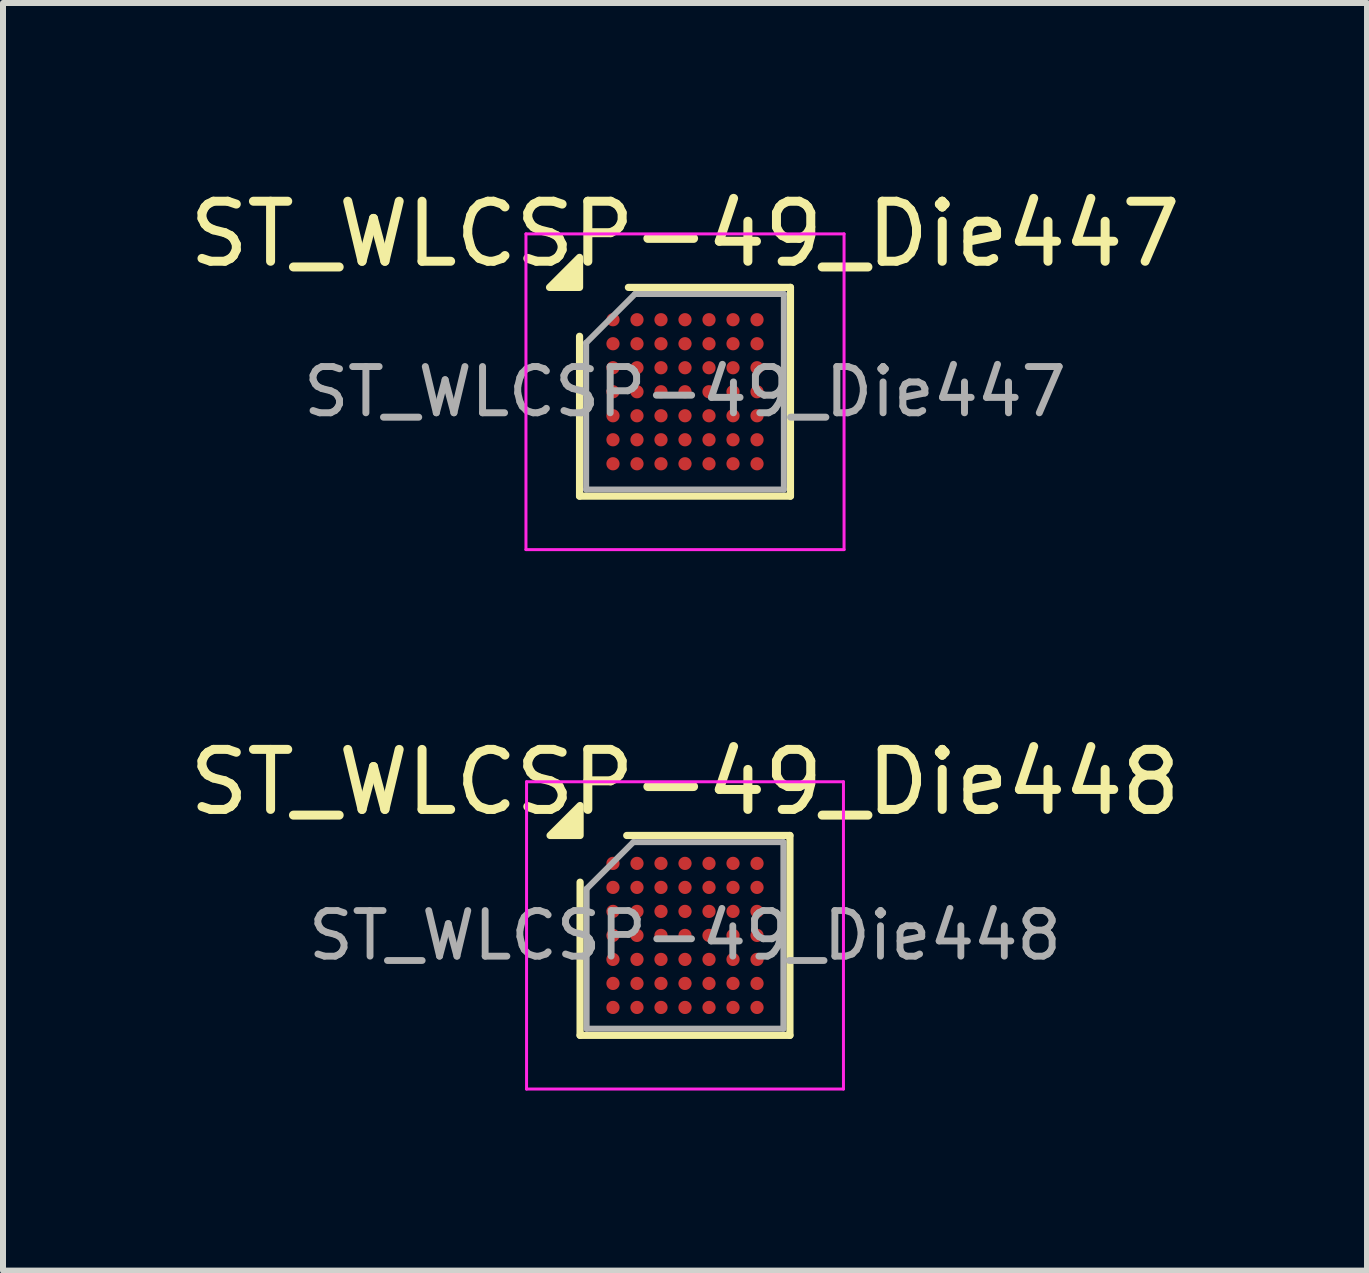
<source format=kicad_pcb>
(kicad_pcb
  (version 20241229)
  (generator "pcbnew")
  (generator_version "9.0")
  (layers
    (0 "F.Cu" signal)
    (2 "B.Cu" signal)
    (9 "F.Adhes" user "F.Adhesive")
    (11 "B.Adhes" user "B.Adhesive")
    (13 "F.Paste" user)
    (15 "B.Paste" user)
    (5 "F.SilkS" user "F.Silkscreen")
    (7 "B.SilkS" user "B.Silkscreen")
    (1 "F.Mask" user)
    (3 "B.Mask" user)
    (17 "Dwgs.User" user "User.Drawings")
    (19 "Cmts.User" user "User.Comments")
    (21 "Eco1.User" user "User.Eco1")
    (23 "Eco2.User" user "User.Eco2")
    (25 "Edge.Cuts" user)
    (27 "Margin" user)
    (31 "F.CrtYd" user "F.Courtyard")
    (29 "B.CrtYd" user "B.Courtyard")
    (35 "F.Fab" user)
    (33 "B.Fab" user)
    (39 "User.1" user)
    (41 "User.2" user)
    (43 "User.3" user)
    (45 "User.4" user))
  (footprint "ST_WLCSP-49_Die447"
    (layer "F.Cu")
    (at 8.363 3.477)
    (property "Reference" "ST_WLCSP-49_Die447" (at 0 -2.629 0) (layer "F.SilkS") (effects (font (size 1 1) (thickness 0.15))))
    (attr smd)
    (fp_line (start -1.757 1.739) (end -1.757 -0.924) (stroke (width 0.12) (type solid)) (layer "F.SilkS"))
    (fp_line (start -0.943 -1.739) (end 1.757 -1.739) (stroke (width 0.12) (type solid)) (layer "F.SilkS"))
    (fp_line (start 1.757 -1.739) (end 1.757 1.739) (stroke (width 0.12) (type solid)) (layer "F.SilkS"))
    (fp_line (start 1.757 1.739) (end -1.757 1.739) (stroke (width 0.12) (type solid)) (layer "F.SilkS"))
    (fp_poly (pts (xy -1.757 -1.739) (xy -2.257 -1.739) (xy -1.757 -2.239) (xy -1.757 -1.739)) (stroke (width 0.12) (type solid)) (fill yes) (layer "F.SilkS"))
    (fp_line (start -2.65 -2.63) (end -2.65 2.63) (stroke (width 0.05) (type solid)) (layer "F.CrtYd"))
    (fp_line (start -2.65 2.63) (end 2.65 2.63) (stroke (width 0.05) (type solid)) (layer "F.CrtYd"))
    (fp_line (start 2.65 -2.63) (end -2.65 -2.63) (stroke (width 0.05) (type solid)) (layer "F.CrtYd"))
    (fp_line (start 2.65 2.63) (end 2.65 -2.63) (stroke (width 0.05) (type solid)) (layer "F.CrtYd"))
    (fp_line (start -1.647 -0.815) (end -0.833 -1.629) (stroke (width 0.1) (type solid)) (layer "F.Fab"))
    (fp_line (start -1.647 1.629) (end -1.647 -0.815) (stroke (width 0.1) (type solid)) (layer "F.Fab"))
    (fp_line (start -0.833 -1.629) (end 1.647 -1.629) (stroke (width 0.1) (type solid)) (layer "F.Fab"))
    (fp_line (start 1.647 -1.629) (end 1.647 1.629) (stroke (width 0.1) (type solid)) (layer "F.Fab"))
    (fp_line (start 1.647 1.629) (end -1.647 1.629) (stroke (width 0.1) (type solid)) (layer "F.Fab"))
    (fp_text user "${REFERENCE}" (at 0 0 0) (layer "F.Fab") (effects (font (size 0.77 0.77) (thickness 0.116))))
    (pad "A1" smd circle (at -1.2 -1.2) (size 0.22 0.22) (property pad_prop_bga) (layers "F.Cu" "F.Mask" "F.Paste"))
    (pad "A2" smd circle (at -0.8 -1.2) (size 0.22 0.22) (property pad_prop_bga) (layers "F.Cu" "F.Mask" "F.Paste"))
    (pad "A3" smd circle (at -0.4 -1.2) (size 0.22 0.22) (property pad_prop_bga) (layers "F.Cu" "F.Mask" "F.Paste"))
    (pad "A4" smd circle (at 0 -1.2) (size 0.22 0.22) (property pad_prop_bga) (layers "F.Cu" "F.Mask" "F.Paste"))
    (pad "A5" smd circle (at 0.4 -1.2) (size 0.22 0.22) (property pad_prop_bga) (layers "F.Cu" "F.Mask" "F.Paste"))
    (pad "A6" smd circle (at 0.8 -1.2) (size 0.22 0.22) (property pad_prop_bga) (layers "F.Cu" "F.Mask" "F.Paste"))
    (pad "A7" smd circle (at 1.2 -1.2) (size 0.22 0.22) (property pad_prop_bga) (layers "F.Cu" "F.Mask" "F.Paste"))
    (pad "B1" smd circle (at -1.2 -0.8) (size 0.22 0.22) (property pad_prop_bga) (layers "F.Cu" "F.Mask" "F.Paste"))
    (pad "B2" smd circle (at -0.8 -0.8) (size 0.22 0.22) (property pad_prop_bga) (layers "F.Cu" "F.Mask" "F.Paste"))
    (pad "B3" smd circle (at -0.4 -0.8) (size 0.22 0.22) (property pad_prop_bga) (layers "F.Cu" "F.Mask" "F.Paste"))
    (pad "B4" smd circle (at 0 -0.8) (size 0.22 0.22) (property pad_prop_bga) (layers "F.Cu" "F.Mask" "F.Paste"))
    (pad "B5" smd circle (at 0.4 -0.8) (size 0.22 0.22) (property pad_prop_bga) (layers "F.Cu" "F.Mask" "F.Paste"))
    (pad "B6" smd circle (at 0.8 -0.8) (size 0.22 0.22) (property pad_prop_bga) (layers "F.Cu" "F.Mask" "F.Paste"))
    (pad "B7" smd circle (at 1.2 -0.8) (size 0.22 0.22) (property pad_prop_bga) (layers "F.Cu" "F.Mask" "F.Paste"))
    (pad "C1" smd circle (at -1.2 -0.4) (size 0.22 0.22) (property pad_prop_bga) (layers "F.Cu" "F.Mask" "F.Paste"))
    (pad "C2" smd circle (at -0.8 -0.4) (size 0.22 0.22) (property pad_prop_bga) (layers "F.Cu" "F.Mask" "F.Paste"))
    (pad "C3" smd circle (at -0.4 -0.4) (size 0.22 0.22) (property pad_prop_bga) (layers "F.Cu" "F.Mask" "F.Paste"))
    (pad "C4" smd circle (at 0 -0.4) (size 0.22 0.22) (property pad_prop_bga) (layers "F.Cu" "F.Mask" "F.Paste"))
    (pad "C5" smd circle (at 0.4 -0.4) (size 0.22 0.22) (property pad_prop_bga) (layers "F.Cu" "F.Mask" "F.Paste"))
    (pad "C6" smd circle (at 0.8 -0.4) (size 0.22 0.22) (property pad_prop_bga) (layers "F.Cu" "F.Mask" "F.Paste"))
    (pad "C7" smd circle (at 1.2 -0.4) (size 0.22 0.22) (property pad_prop_bga) (layers "F.Cu" "F.Mask" "F.Paste"))
    (pad "D1" smd circle (at -1.2 0) (size 0.22 0.22) (property pad_prop_bga) (layers "F.Cu" "F.Mask" "F.Paste"))
    (pad "D2" smd circle (at -0.8 0) (size 0.22 0.22) (property pad_prop_bga) (layers "F.Cu" "F.Mask" "F.Paste"))
    (pad "D3" smd circle (at -0.4 0) (size 0.22 0.22) (property pad_prop_bga) (layers "F.Cu" "F.Mask" "F.Paste"))
    (pad "D4" smd circle (at 0 0) (size 0.22 0.22) (property pad_prop_bga) (layers "F.Cu" "F.Mask" "F.Paste"))
    (pad "D5" smd circle (at 0.4 0) (size 0.22 0.22) (property pad_prop_bga) (layers "F.Cu" "F.Mask" "F.Paste"))
    (pad "D6" smd circle (at 0.8 0) (size 0.22 0.22) (property pad_prop_bga) (layers "F.Cu" "F.Mask" "F.Paste"))
    (pad "D7" smd circle (at 1.2 0) (size 0.22 0.22) (property pad_prop_bga) (layers "F.Cu" "F.Mask" "F.Paste"))
    (pad "E1" smd circle (at -1.2 0.4) (size 0.22 0.22) (property pad_prop_bga) (layers "F.Cu" "F.Mask" "F.Paste"))
    (pad "E2" smd circle (at -0.8 0.4) (size 0.22 0.22) (property pad_prop_bga) (layers "F.Cu" "F.Mask" "F.Paste"))
    (pad "E3" smd circle (at -0.4 0.4) (size 0.22 0.22) (property pad_prop_bga) (layers "F.Cu" "F.Mask" "F.Paste"))
    (pad "E4" smd circle (at 0 0.4) (size 0.22 0.22) (property pad_prop_bga) (layers "F.Cu" "F.Mask" "F.Paste"))
    (pad "E5" smd circle (at 0.4 0.4) (size 0.22 0.22) (property pad_prop_bga) (layers "F.Cu" "F.Mask" "F.Paste"))
    (pad "E6" smd circle (at 0.8 0.4) (size 0.22 0.22) (property pad_prop_bga) (layers "F.Cu" "F.Mask" "F.Paste"))
    (pad "E7" smd circle (at 1.2 0.4) (size 0.22 0.22) (property pad_prop_bga) (layers "F.Cu" "F.Mask" "F.Paste"))
    (pad "F1" smd circle (at -1.2 0.8) (size 0.22 0.22) (property pad_prop_bga) (layers "F.Cu" "F.Mask" "F.Paste"))
    (pad "F2" smd circle (at -0.8 0.8) (size 0.22 0.22) (property pad_prop_bga) (layers "F.Cu" "F.Mask" "F.Paste"))
    (pad "F3" smd circle (at -0.4 0.8) (size 0.22 0.22) (property pad_prop_bga) (layers "F.Cu" "F.Mask" "F.Paste"))
    (pad "F4" smd circle (at 0 0.8) (size 0.22 0.22) (property pad_prop_bga) (layers "F.Cu" "F.Mask" "F.Paste"))
    (pad "F5" smd circle (at 0.4 0.8) (size 0.22 0.22) (property pad_prop_bga) (layers "F.Cu" "F.Mask" "F.Paste"))
    (pad "F6" smd circle (at 0.8 0.8) (size 0.22 0.22) (property pad_prop_bga) (layers "F.Cu" "F.Mask" "F.Paste"))
    (pad "F7" smd circle (at 1.2 0.8) (size 0.22 0.22) (property pad_prop_bga) (layers "F.Cu" "F.Mask" "F.Paste"))
    (pad "G1" smd circle (at -1.2 1.2) (size 0.22 0.22) (property pad_prop_bga) (layers "F.Cu" "F.Mask" "F.Paste"))
    (pad "G2" smd circle (at -0.8 1.2) (size 0.22 0.22) (property pad_prop_bga) (layers "F.Cu" "F.Mask" "F.Paste"))
    (pad "G3" smd circle (at -0.4 1.2) (size 0.22 0.22) (property pad_prop_bga) (layers "F.Cu" "F.Mask" "F.Paste"))
    (pad "G4" smd circle (at 0 1.2) (size 0.22 0.22) (property pad_prop_bga) (layers "F.Cu" "F.Mask" "F.Paste"))
    (pad "G5" smd circle (at 0.4 1.2) (size 0.22 0.22) (property pad_prop_bga) (layers "F.Cu" "F.Mask" "F.Paste"))
    (pad "G6" smd circle (at 0.8 1.2) (size 0.22 0.22) (property pad_prop_bga) (layers "F.Cu" "F.Mask" "F.Paste"))
    (pad "G7" smd circle (at 1.2 1.2) (size 0.22 0.22) (property pad_prop_bga) (layers "F.Cu" "F.Mask" "F.Paste")))
  (footprint "ST_WLCSP-49_Die448"
    (layer "F.Cu")
    (at 8.363 12.535)
    (property "Reference" "ST_WLCSP-49_Die448" (at 0 -2.554 0) (layer "F.SilkS") (effects (font (size 1 1) (thickness 0.15))))
    (attr smd)
    (fp_line (start -1.748 1.665) (end -1.748 -0.887) (stroke (width 0.12) (type solid)) (layer "F.SilkS"))
    (fp_line (start -0.971 -1.665) (end 1.748 -1.665) (stroke (width 0.12) (type solid)) (layer "F.SilkS"))
    (fp_line (start 1.748 -1.665) (end 1.748 1.665) (stroke (width 0.12) (type solid)) (layer "F.SilkS"))
    (fp_line (start 1.748 1.665) (end -1.748 1.665) (stroke (width 0.12) (type solid)) (layer "F.SilkS"))
    (fp_poly (pts (xy -1.748 -1.665) (xy -2.248 -1.665) (xy -1.748 -2.164) (xy -1.748 -1.665)) (stroke (width 0.12) (type solid)) (fill yes) (layer "F.SilkS"))
    (fp_line (start -2.64 -2.56) (end -2.64 2.56) (stroke (width 0.05) (type solid)) (layer "F.CrtYd"))
    (fp_line (start -2.64 2.56) (end 2.64 2.56) (stroke (width 0.05) (type solid)) (layer "F.CrtYd"))
    (fp_line (start 2.64 -2.56) (end -2.64 -2.56) (stroke (width 0.05) (type solid)) (layer "F.CrtYd"))
    (fp_line (start 2.64 2.56) (end 2.64 -2.56) (stroke (width 0.05) (type solid)) (layer "F.CrtYd"))
    (fp_line (start -1.639 -0.777) (end -0.861 -1.554) (stroke (width 0.1) (type solid)) (layer "F.Fab"))
    (fp_line (start -1.639 1.554) (end -1.639 -0.777) (stroke (width 0.1) (type solid)) (layer "F.Fab"))
    (fp_line (start -0.861 -1.554) (end 1.639 -1.554) (stroke (width 0.1) (type solid)) (layer "F.Fab"))
    (fp_line (start 1.639 -1.554) (end 1.639 1.554) (stroke (width 0.1) (type solid)) (layer "F.Fab"))
    (fp_line (start 1.639 1.554) (end -1.639 1.554) (stroke (width 0.1) (type solid)) (layer "F.Fab"))
    (fp_text user "${REFERENCE}" (at 0 0 0) (layer "F.Fab") (effects (font (size 0.76 0.76) (thickness 0.114))))
    (pad "A1" smd circle (at -1.2 -1.2) (size 0.22 0.22) (property pad_prop_bga) (layers "F.Cu" "F.Mask" "F.Paste"))
    (pad "A2" smd circle (at -0.8 -1.2) (size 0.22 0.22) (property pad_prop_bga) (layers "F.Cu" "F.Mask" "F.Paste"))
    (pad "A3" smd circle (at -0.4 -1.2) (size 0.22 0.22) (property pad_prop_bga) (layers "F.Cu" "F.Mask" "F.Paste"))
    (pad "A4" smd circle (at 0 -1.2) (size 0.22 0.22) (property pad_prop_bga) (layers "F.Cu" "F.Mask" "F.Paste"))
    (pad "A5" smd circle (at 0.4 -1.2) (size 0.22 0.22) (property pad_prop_bga) (layers "F.Cu" "F.Mask" "F.Paste"))
    (pad "A6" smd circle (at 0.8 -1.2) (size 0.22 0.22) (property pad_prop_bga) (layers "F.Cu" "F.Mask" "F.Paste"))
    (pad "A7" smd circle (at 1.2 -1.2) (size 0.22 0.22) (property pad_prop_bga) (layers "F.Cu" "F.Mask" "F.Paste"))
    (pad "B1" smd circle (at -1.2 -0.8) (size 0.22 0.22) (property pad_prop_bga) (layers "F.Cu" "F.Mask" "F.Paste"))
    (pad "B2" smd circle (at -0.8 -0.8) (size 0.22 0.22) (property pad_prop_bga) (layers "F.Cu" "F.Mask" "F.Paste"))
    (pad "B3" smd circle (at -0.4 -0.8) (size 0.22 0.22) (property pad_prop_bga) (layers "F.Cu" "F.Mask" "F.Paste"))
    (pad "B4" smd circle (at 0 -0.8) (size 0.22 0.22) (property pad_prop_bga) (layers "F.Cu" "F.Mask" "F.Paste"))
    (pad "B5" smd circle (at 0.4 -0.8) (size 0.22 0.22) (property pad_prop_bga) (layers "F.Cu" "F.Mask" "F.Paste"))
    (pad "B6" smd circle (at 0.8 -0.8) (size 0.22 0.22) (property pad_prop_bga) (layers "F.Cu" "F.Mask" "F.Paste"))
    (pad "B7" smd circle (at 1.2 -0.8) (size 0.22 0.22) (property pad_prop_bga) (layers "F.Cu" "F.Mask" "F.Paste"))
    (pad "C1" smd circle (at -1.2 -0.4) (size 0.22 0.22) (property pad_prop_bga) (layers "F.Cu" "F.Mask" "F.Paste"))
    (pad "C2" smd circle (at -0.8 -0.4) (size 0.22 0.22) (property pad_prop_bga) (layers "F.Cu" "F.Mask" "F.Paste"))
    (pad "C3" smd circle (at -0.4 -0.4) (size 0.22 0.22) (property pad_prop_bga) (layers "F.Cu" "F.Mask" "F.Paste"))
    (pad "C4" smd circle (at 0 -0.4) (size 0.22 0.22) (property pad_prop_bga) (layers "F.Cu" "F.Mask" "F.Paste"))
    (pad "C5" smd circle (at 0.4 -0.4) (size 0.22 0.22) (property pad_prop_bga) (layers "F.Cu" "F.Mask" "F.Paste"))
    (pad "C6" smd circle (at 0.8 -0.4) (size 0.22 0.22) (property pad_prop_bga) (layers "F.Cu" "F.Mask" "F.Paste"))
    (pad "C7" smd circle (at 1.2 -0.4) (size 0.22 0.22) (property pad_prop_bga) (layers "F.Cu" "F.Mask" "F.Paste"))
    (pad "D1" smd circle (at -1.2 0) (size 0.22 0.22) (property pad_prop_bga) (layers "F.Cu" "F.Mask" "F.Paste"))
    (pad "D2" smd circle (at -0.8 0) (size 0.22 0.22) (property pad_prop_bga) (layers "F.Cu" "F.Mask" "F.Paste"))
    (pad "D3" smd circle (at -0.4 0) (size 0.22 0.22) (property pad_prop_bga) (layers "F.Cu" "F.Mask" "F.Paste"))
    (pad "D4" smd circle (at 0 0) (size 0.22 0.22) (property pad_prop_bga) (layers "F.Cu" "F.Mask" "F.Paste"))
    (pad "D5" smd circle (at 0.4 0) (size 0.22 0.22) (property pad_prop_bga) (layers "F.Cu" "F.Mask" "F.Paste"))
    (pad "D6" smd circle (at 0.8 0) (size 0.22 0.22) (property pad_prop_bga) (layers "F.Cu" "F.Mask" "F.Paste"))
    (pad "D7" smd circle (at 1.2 0) (size 0.22 0.22) (property pad_prop_bga) (layers "F.Cu" "F.Mask" "F.Paste"))
    (pad "E1" smd circle (at -1.2 0.4) (size 0.22 0.22) (property pad_prop_bga) (layers "F.Cu" "F.Mask" "F.Paste"))
    (pad "E2" smd circle (at -0.8 0.4) (size 0.22 0.22) (property pad_prop_bga) (layers "F.Cu" "F.Mask" "F.Paste"))
    (pad "E3" smd circle (at -0.4 0.4) (size 0.22 0.22) (property pad_prop_bga) (layers "F.Cu" "F.Mask" "F.Paste"))
    (pad "E4" smd circle (at 0 0.4) (size 0.22 0.22) (property pad_prop_bga) (layers "F.Cu" "F.Mask" "F.Paste"))
    (pad "E5" smd circle (at 0.4 0.4) (size 0.22 0.22) (property pad_prop_bga) (layers "F.Cu" "F.Mask" "F.Paste"))
    (pad "E6" smd circle (at 0.8 0.4) (size 0.22 0.22) (property pad_prop_bga) (layers "F.Cu" "F.Mask" "F.Paste"))
    (pad "E7" smd circle (at 1.2 0.4) (size 0.22 0.22) (property pad_prop_bga) (layers "F.Cu" "F.Mask" "F.Paste"))
    (pad "F1" smd circle (at -1.2 0.8) (size 0.22 0.22) (property pad_prop_bga) (layers "F.Cu" "F.Mask" "F.Paste"))
    (pad "F2" smd circle (at -0.8 0.8) (size 0.22 0.22) (property pad_prop_bga) (layers "F.Cu" "F.Mask" "F.Paste"))
    (pad "F3" smd circle (at -0.4 0.8) (size 0.22 0.22) (property pad_prop_bga) (layers "F.Cu" "F.Mask" "F.Paste"))
    (pad "F4" smd circle (at 0 0.8) (size 0.22 0.22) (property pad_prop_bga) (layers "F.Cu" "F.Mask" "F.Paste"))
    (pad "F5" smd circle (at 0.4 0.8) (size 0.22 0.22) (property pad_prop_bga) (layers "F.Cu" "F.Mask" "F.Paste"))
    (pad "F6" smd circle (at 0.8 0.8) (size 0.22 0.22) (property pad_prop_bga) (layers "F.Cu" "F.Mask" "F.Paste"))
    (pad "F7" smd circle (at 1.2 0.8) (size 0.22 0.22) (property pad_prop_bga) (layers "F.Cu" "F.Mask" "F.Paste"))
    (pad "G1" smd circle (at -1.2 1.2) (size 0.22 0.22) (property pad_prop_bga) (layers "F.Cu" "F.Mask" "F.Paste"))
    (pad "G2" smd circle (at -0.8 1.2) (size 0.22 0.22) (property pad_prop_bga) (layers "F.Cu" "F.Mask" "F.Paste"))
    (pad "G3" smd circle (at -0.4 1.2) (size 0.22 0.22) (property pad_prop_bga) (layers "F.Cu" "F.Mask" "F.Paste"))
    (pad "G4" smd circle (at 0 1.2) (size 0.22 0.22) (property pad_prop_bga) (layers "F.Cu" "F.Mask" "F.Paste"))
    (pad "G5" smd circle (at 0.4 1.2) (size 0.22 0.22) (property pad_prop_bga) (layers "F.Cu" "F.Mask" "F.Paste"))
    (pad "G6" smd circle (at 0.8 1.2) (size 0.22 0.22) (property pad_prop_bga) (layers "F.Cu" "F.Mask" "F.Paste"))
    (pad "G7" smd circle (at 1.2 1.2) (size 0.22 0.22) (property pad_prop_bga) (layers "F.Cu" "F.Mask" "F.Paste")))
  (gr_rect
    (start -3 -3)
    (end 19.726 18.12)
    (stroke (width 0.1) (type default))
    (fill no)
    (layer "Edge.Cuts")))
</source>
